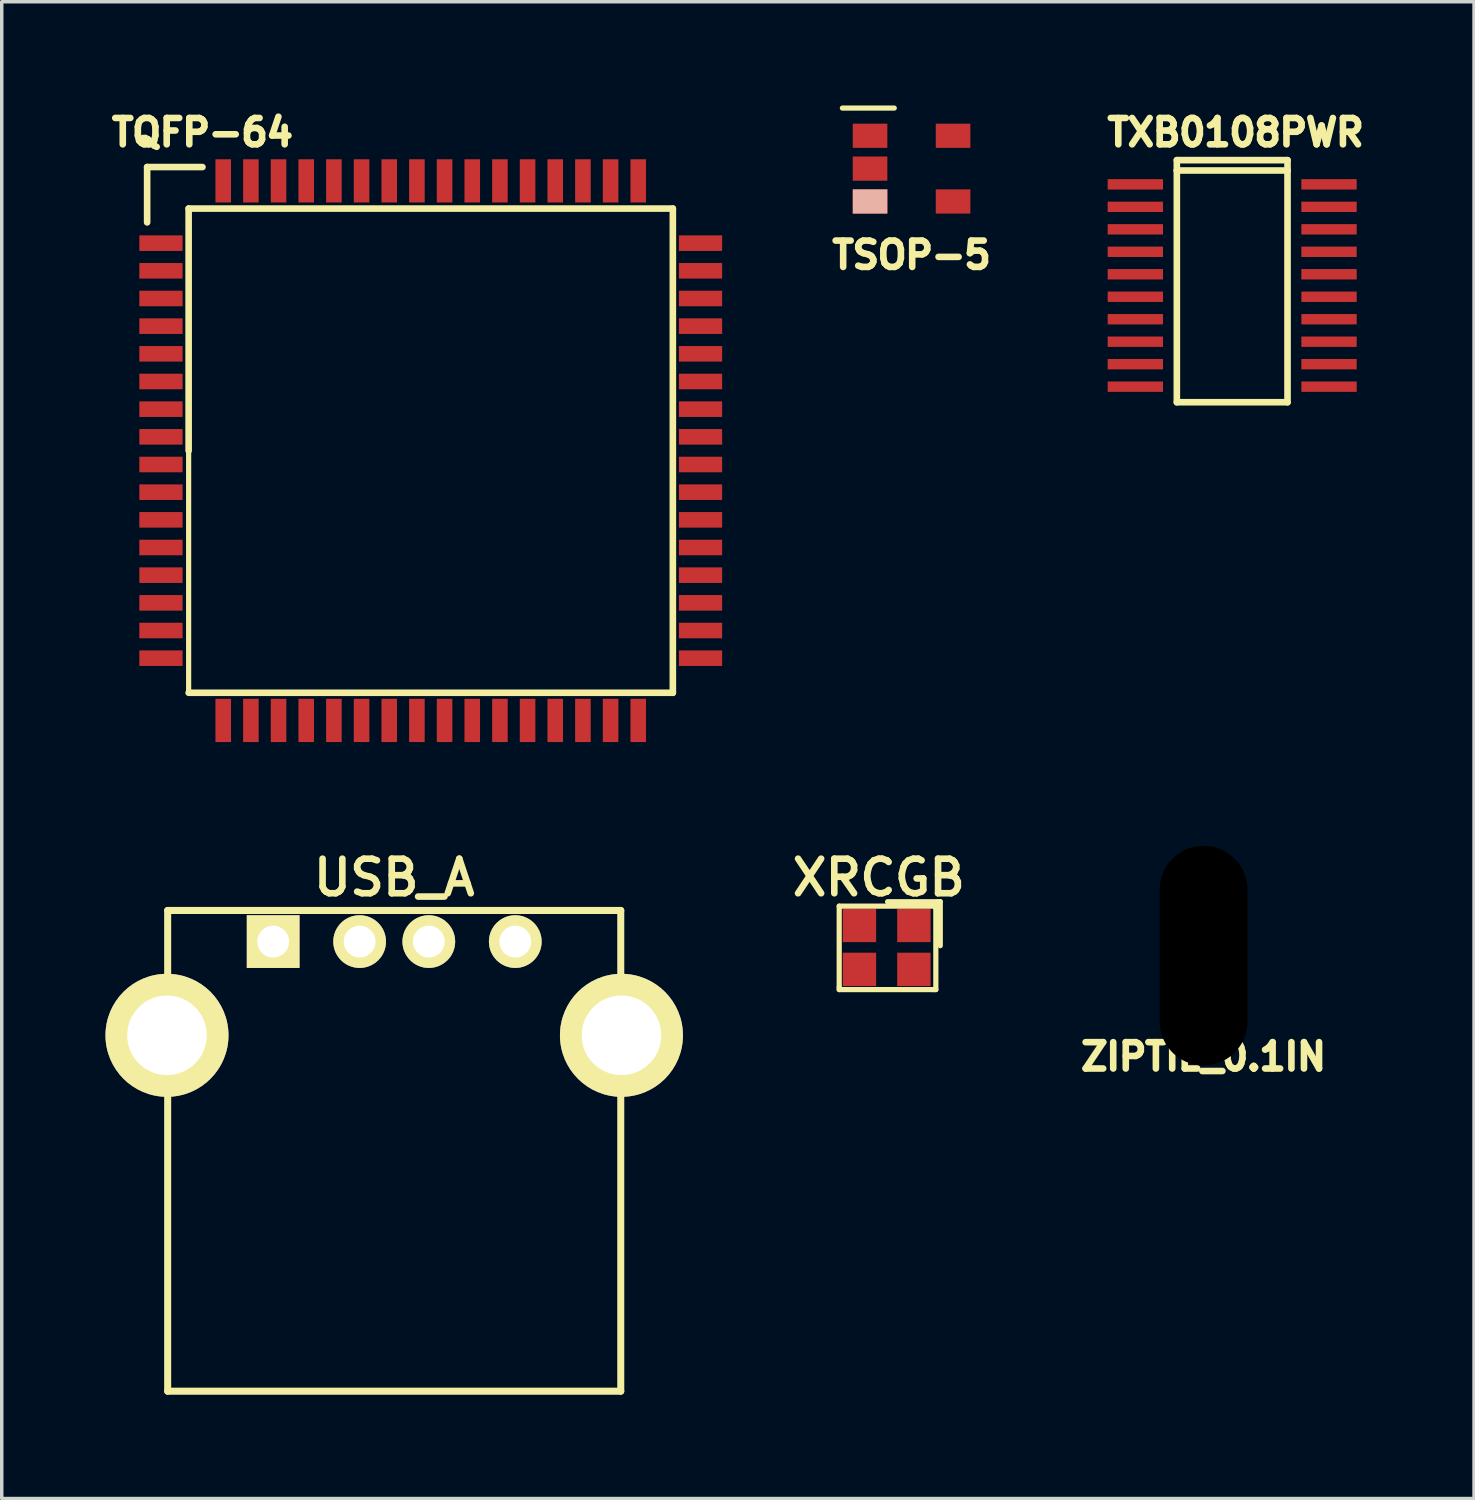
<source format=kicad_pcb>
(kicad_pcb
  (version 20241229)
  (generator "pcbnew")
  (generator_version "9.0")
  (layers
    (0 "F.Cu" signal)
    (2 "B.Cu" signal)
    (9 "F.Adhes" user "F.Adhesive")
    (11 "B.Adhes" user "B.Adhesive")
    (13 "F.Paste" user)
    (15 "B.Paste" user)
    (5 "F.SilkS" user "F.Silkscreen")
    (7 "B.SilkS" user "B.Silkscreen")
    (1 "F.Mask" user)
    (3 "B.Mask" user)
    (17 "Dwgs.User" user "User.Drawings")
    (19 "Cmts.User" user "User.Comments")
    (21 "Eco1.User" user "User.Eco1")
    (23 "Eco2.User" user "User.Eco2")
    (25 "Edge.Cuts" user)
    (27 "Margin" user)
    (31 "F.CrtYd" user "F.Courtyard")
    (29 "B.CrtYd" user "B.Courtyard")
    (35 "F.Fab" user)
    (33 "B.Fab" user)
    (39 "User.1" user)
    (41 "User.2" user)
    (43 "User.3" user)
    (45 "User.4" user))
  (footprint "ZIPTIE_0.1IN"
    (layer "F.Cu")
    (at 31.749 24.58)
    (property "Reference" "ZIPTIE_0.1IN" (at 0 2.921 0) (layer "F.SilkS") (effects (font (size 0.762 0.762) (thickness 0.191))))
    (attr through_hole)
    (pad "" np_thru_hole oval (at 0 0) (size 2.54 6.35) (drill oval 2.54 6.35) (layers "*.Mask")))
  (footprint "XRCGB"
    (layer "F.Cu")
    (at 21.913 23.848)
    (property "Reference" "XRCGB" (at 0.445 -1.524 0) (layer "F.SilkS") (effects (font (size 1 1) (thickness 0.191))))
    (attr through_hole)
    (fp_line (start -0.699 -0.699) (end -0.699 1.651) (stroke (width 0.15) (type solid)) (layer "F.SilkS"))
    (fp_line (start -0.699 1.651) (end -0.699 1.714) (stroke (width 0.15) (type solid)) (layer "F.SilkS"))
    (fp_line (start -0.699 1.714) (end 2.032 1.714) (stroke (width 0.15) (type solid)) (layer "F.SilkS"))
    (fp_line (start 0.699 -0.826) (end 2.159 -0.826) (stroke (width 0.15) (type solid)) (layer "F.SilkS"))
    (fp_line (start 2.032 1.714) (end 2.095 1.714) (stroke (width 0.15) (type solid)) (layer "F.SilkS"))
    (fp_line (start 2.095 -0.699) (end -0.699 -0.699) (stroke (width 0.15) (type solid)) (layer "F.SilkS"))
    (fp_line (start 2.095 -0.635) (end 2.095 -0.699) (stroke (width 0.15) (type solid)) (layer "F.SilkS"))
    (fp_line (start 2.095 1.714) (end 2.095 -0.635) (stroke (width 0.15) (type solid)) (layer "F.SilkS"))
    (fp_line (start 2.159 -0.826) (end 2.223 -0.826) (stroke (width 0.15) (type solid)) (layer "F.SilkS"))
    (fp_line (start 2.223 -0.826) (end 2.223 0.445) (stroke (width 0.15) (type solid)) (layer "F.SilkS"))
    (pad "1" smd rect (at 1.46 -0.14) (size 0.965 0.965) (layers "F.Cu" "F.Mask" "F.Paste"))
    (pad "2" smd rect (at -0.114 -0.14) (size 0.965 0.965) (layers "F.Cu" "F.Mask" "F.Paste"))
    (pad "2" smd rect (at 1.46 1.13) (size 0.965 0.965) (layers "F.Cu" "F.Mask" "F.Paste"))
    (pad "3" smd rect (at -0.114 1.13) (size 0.965 0.965) (layers "F.Cu" "F.Mask" "F.Paste")))
  (footprint "TSOP-5"
    (layer "F.Cu")
    (at 23.306 1.825)
    (property "Reference" "TSOP-5" (at 0 2.5 0) (layer "F.SilkS") (effects (font (size 0.762 0.762) (thickness 0.191))))
    (attr through_hole)
    (fp_line (start -2 -1.75) (end -0.5 -1.75) (stroke (width 0.15) (type solid)) (layer "F.SilkS"))
    (pad "1" smd rect (at -1.2 -0.95) (size 1 0.7) (layers "F.Cu" "F.Mask" "F.Paste"))
    (pad "2" smd rect (at -1.2 0) (size 1 0.7) (layers "F.Cu" "F.Mask" "F.Paste"))
    (pad "3" smd rect (at -1.2 0.95) (size 1 0.7) (layers "F.Cu" "F.Mask" "B.SilkS" "F.Paste"))
    (pad "4" smd rect (at 1.2 0.95) (size 1 0.7) (layers "F.Cu" "F.Mask" "F.Paste"))
    (pad "5" smd rect (at 1.2 -0.95) (size 1 0.7) (layers "F.Cu" "F.Mask" "F.Paste")))
  (footprint "TXB0108PWR"
    (layer "F.Cu")
    (at 29.776 2.28)
    (property "Reference" "TXB0108PWR" (at 2.9 -1.5 0) (layer "F.SilkS") (effects (font (size 0.762 0.762) (thickness 0.191))))
    (attr through_hole)
    (fp_line (start 1.2 -0.7) (end 4.4 -0.7) (stroke (width 0.191) (type solid)) (layer "F.SilkS"))
    (fp_line (start 1.2 -0.4) (end 1.2 -0.7) (stroke (width 0.191) (type solid)) (layer "F.SilkS"))
    (fp_line (start 1.2 -0.4) (end 1.2 6.3) (stroke (width 0.191) (type solid)) (layer "F.SilkS"))
    (fp_line (start 1.2 6.3) (end 4.4 6.3) (stroke (width 0.191) (type solid)) (layer "F.SilkS"))
    (fp_line (start 4.4 -0.7) (end 4.4 -0.4) (stroke (width 0.191) (type solid)) (layer "F.SilkS"))
    (fp_line (start 4.4 -0.4) (end 1.2 -0.4) (stroke (width 0.191) (type solid)) (layer "F.SilkS"))
    (fp_line (start 4.4 6.3) (end 4.4 -0.4) (stroke (width 0.191) (type solid)) (layer "F.SilkS"))
    (pad "1" smd rect (at 0 0) (size 1.6 0.3) (layers "F.Cu" "F.Mask" "F.Paste"))
    (pad "2" smd rect (at 0 0.65) (size 1.6 0.3) (layers "F.Cu" "F.Mask" "F.Paste"))
    (pad "3" smd rect (at 0 1.3) (size 1.6 0.3) (layers "F.Cu" "F.Mask" "F.Paste"))
    (pad "4" smd rect (at 0 1.95) (size 1.6 0.3) (layers "F.Cu" "F.Mask" "F.Paste"))
    (pad "5" smd rect (at 0 2.6) (size 1.6 0.3) (layers "F.Cu" "F.Mask" "F.Paste"))
    (pad "6" smd rect (at 0 3.25) (size 1.6 0.3) (layers "F.Cu" "F.Mask" "F.Paste"))
    (pad "7" smd rect (at 0 3.9) (size 1.6 0.3) (layers "F.Cu" "F.Mask" "F.Paste"))
    (pad "8" smd rect (at 0 4.55) (size 1.6 0.3) (layers "F.Cu" "F.Mask" "F.Paste"))
    (pad "9" smd rect (at 0 5.2) (size 1.6 0.3) (layers "F.Cu" "F.Mask" "F.Paste"))
    (pad "10" smd rect (at 0 5.85) (size 1.6 0.3) (layers "F.Cu" "F.Mask" "F.Paste"))
    (pad "11" smd rect (at 5.6 5.85) (size 1.6 0.3) (layers "F.Cu" "F.Mask" "F.Paste"))
    (pad "12" smd rect (at 5.6 5.2) (size 1.6 0.3) (layers "F.Cu" "F.Mask" "F.Paste"))
    (pad "13" smd rect (at 5.6 4.55) (size 1.6 0.3) (layers "F.Cu" "F.Mask" "F.Paste"))
    (pad "14" smd rect (at 5.6 3.9) (size 1.6 0.3) (layers "F.Cu" "F.Mask" "F.Paste"))
    (pad "15" smd rect (at 5.6 3.25) (size 1.6 0.3) (layers "F.Cu" "F.Mask" "F.Paste"))
    (pad "16" smd rect (at 5.6 2.6) (size 1.6 0.3) (layers "F.Cu" "F.Mask" "F.Paste"))
    (pad "17" smd rect (at 5.6 1.95) (size 1.6 0.3) (layers "F.Cu" "F.Mask" "F.Paste"))
    (pad "18" smd rect (at 5.6 1.3) (size 1.6 0.3) (layers "F.Cu" "F.Mask" "F.Paste"))
    (pad "19" smd rect (at 5.6 0.65) (size 1.6 0.3) (layers "F.Cu" "F.Mask" "F.Paste"))
    (pad "20" smd rect (at 5.6 0) (size 1.6 0.3) (layers "F.Cu" "F.Mask" "F.Paste")))
  (footprint "TQFP-64"
    (layer "F.Cu")
    (at 9.404 9.98)
    (property "Reference" "TQFP-64" (at -6.6 -9.2 0) (layer "F.SilkS") (effects (font (size 0.762 0.762) (thickness 0.191))))
    (attr through_hole)
    (fp_line (start -8.2 -8.2) (end -6.6 -8.2) (stroke (width 0.191) (type solid)) (layer "F.SilkS"))
    (fp_line (start -8.2 -6.6) (end -8.2 -8.2) (stroke (width 0.191) (type solid)) (layer "F.SilkS"))
    (fp_line (start -7 -7) (end -7 0) (stroke (width 0.191) (type solid)) (layer "F.SilkS"))
    (fp_line (start -7 0) (end -7 7) (stroke (width 0.15) (type solid)) (layer "F.SilkS"))
    (fp_line (start -7 7) (end 7 7) (stroke (width 0.191) (type solid)) (layer "F.SilkS"))
    (fp_line (start 7 -7) (end -7 -7) (stroke (width 0.191) (type solid)) (layer "F.SilkS"))
    (fp_line (start 7 7) (end 7 -7) (stroke (width 0.191) (type solid)) (layer "F.SilkS"))
    (pad "1" smd rect (at -7.8 -6) (size 1.25 0.45) (layers "F.Cu" "F.Mask" "F.Paste"))
    (pad "2" smd rect (at -7.8 -5.2) (size 1.25 0.45) (layers "F.Cu" "F.Mask" "F.Paste"))
    (pad "3" smd rect (at -7.8 -4.4) (size 1.25 0.45) (layers "F.Cu" "F.Mask" "F.Paste"))
    (pad "4" smd rect (at -7.8 -3.6) (size 1.25 0.45) (layers "F.Cu" "F.Mask" "F.Paste"))
    (pad "5" smd rect (at -7.8 -2.8) (size 1.25 0.45) (layers "F.Cu" "F.Mask" "F.Paste"))
    (pad "6" smd rect (at -7.8 -2) (size 1.25 0.45) (layers "F.Cu" "F.Mask" "F.Paste"))
    (pad "7" smd rect (at -7.8 -1.2) (size 1.25 0.45) (layers "F.Cu" "F.Mask" "F.Paste"))
    (pad "8" smd rect (at -7.8 -0.4) (size 1.25 0.45) (layers "F.Cu" "F.Mask" "F.Paste"))
    (pad "9" smd rect (at -7.8 0.4) (size 1.25 0.45) (layers "F.Cu" "F.Mask" "F.Paste"))
    (pad "10" smd rect (at -7.8 1.2) (size 1.25 0.45) (layers "F.Cu" "F.Mask" "F.Paste"))
    (pad "11" smd rect (at -7.8 2) (size 1.25 0.45) (layers "F.Cu" "F.Mask" "F.Paste"))
    (pad "12" smd rect (at -7.8 2.8) (size 1.25 0.45) (layers "F.Cu" "F.Mask" "F.Paste"))
    (pad "13" smd rect (at -7.8 3.6) (size 1.25 0.45) (layers "F.Cu" "F.Mask" "F.Paste"))
    (pad "14" smd rect (at -7.8 4.4) (size 1.25 0.45) (layers "F.Cu" "F.Mask" "F.Paste"))
    (pad "15" smd rect (at -7.8 5.2) (size 1.25 0.45) (layers "F.Cu" "F.Mask" "F.Paste"))
    (pad "16" smd rect (at -7.8 6) (size 1.25 0.45) (layers "F.Cu" "F.Mask" "F.Paste"))
    (pad "17" smd rect (at -6 7.8) (size 0.45 1.25) (layers "F.Cu" "F.Mask" "F.Paste"))
    (pad "18" smd rect (at -5.2 7.8) (size 0.45 1.25) (layers "F.Cu" "F.Mask" "F.Paste"))
    (pad "19" smd rect (at -4.4 7.8) (size 0.45 1.25) (layers "F.Cu" "F.Mask" "F.Paste"))
    (pad "20" smd rect (at -3.6 7.8) (size 0.45 1.25) (layers "F.Cu" "F.Mask" "F.Paste"))
    (pad "21" smd rect (at -2.8 7.8) (size 0.45 1.25) (layers "F.Cu" "F.Mask" "F.Paste"))
    (pad "22" smd rect (at -2 7.8) (size 0.45 1.25) (layers "F.Cu" "F.Mask" "F.Paste"))
    (pad "23" smd rect (at -1.2 7.8) (size 0.45 1.25) (layers "F.Cu" "F.Mask" "F.Paste"))
    (pad "24" smd rect (at -0.4 7.8) (size 0.45 1.25) (layers "F.Cu" "F.Mask" "F.Paste"))
    (pad "25" smd rect (at 0.4 7.8) (size 0.45 1.25) (layers "F.Cu" "F.Mask" "F.Paste"))
    (pad "26" smd rect (at 1.2 7.8) (size 0.45 1.25) (layers "F.Cu" "F.Mask" "F.Paste"))
    (pad "27" smd rect (at 2 7.8) (size 0.45 1.25) (layers "F.Cu" "F.Mask" "F.Paste"))
    (pad "28" smd rect (at 2.8 7.8) (size 0.45 1.25) (layers "F.Cu" "F.Mask" "F.Paste"))
    (pad "29" smd rect (at 3.6 7.8) (size 0.45 1.25) (layers "F.Cu" "F.Mask" "F.Paste"))
    (pad "30" smd rect (at 4.4 7.8) (size 0.45 1.25) (layers "F.Cu" "F.Mask" "F.Paste"))
    (pad "31" smd rect (at 5.2 7.8) (size 0.45 1.25) (layers "F.Cu" "F.Mask" "F.Paste"))
    (pad "32" smd rect (at 6 7.8) (size 0.45 1.25) (layers "F.Cu" "F.Mask" "F.Paste"))
    (pad "33" smd rect (at 7.8 6) (size 1.25 0.45) (layers "F.Cu" "F.Mask" "F.Paste"))
    (pad "34" smd rect (at 7.8 5.2) (size 1.25 0.45) (layers "F.Cu" "F.Mask" "F.Paste"))
    (pad "35" smd rect (at 7.8 4.4) (size 1.25 0.45) (layers "F.Cu" "F.Mask" "F.Paste"))
    (pad "36" smd rect (at 7.8 3.6) (size 1.25 0.45) (layers "F.Cu" "F.Mask" "F.Paste"))
    (pad "37" smd rect (at 7.8 2.8) (size 1.25 0.45) (layers "F.Cu" "F.Mask" "F.Paste"))
    (pad "38" smd rect (at 7.8 2) (size 1.25 0.45) (layers "F.Cu" "F.Mask" "F.Paste"))
    (pad "39" smd rect (at 7.8 1.2) (size 1.25 0.45) (layers "F.Cu" "F.Mask" "F.Paste"))
    (pad "40" smd rect (at 7.8 0.4) (size 1.25 0.45) (layers "F.Cu" "F.Mask" "F.Paste"))
    (pad "41" smd rect (at 7.8 -0.4) (size 1.25 0.45) (layers "F.Cu" "F.Mask" "F.Paste"))
    (pad "42" smd rect (at 7.8 -1.2) (size 1.25 0.45) (layers "F.Cu" "F.Mask" "F.Paste"))
    (pad "43" smd rect (at 7.8 -2) (size 1.25 0.45) (layers "F.Cu" "F.Mask" "F.Paste"))
    (pad "44" smd rect (at 7.8 -2.8) (size 1.25 0.45) (layers "F.Cu" "F.Mask" "F.Paste"))
    (pad "45" smd rect (at 7.8 -3.6) (size 1.25 0.45) (layers "F.Cu" "F.Mask" "F.Paste"))
    (pad "46" smd rect (at 7.8 -4.4) (size 1.25 0.45) (layers "F.Cu" "F.Mask" "F.Paste"))
    (pad "47" smd rect (at 7.8 -5.2) (size 1.25 0.45) (layers "F.Cu" "F.Mask" "F.Paste"))
    (pad "48" smd rect (at 7.8 -6) (size 1.25 0.45) (layers "F.Cu" "F.Mask" "F.Paste"))
    (pad "49" smd rect (at 6 -7.8) (size 0.45 1.25) (layers "F.Cu" "F.Mask" "F.Paste"))
    (pad "50" smd rect (at 5.2 -7.8) (size 0.45 1.25) (layers "F.Cu" "F.Mask" "F.Paste"))
    (pad "51" smd rect (at 4.4 -7.8) (size 0.45 1.25) (layers "F.Cu" "F.Mask" "F.Paste"))
    (pad "52" smd rect (at 3.6 -7.8) (size 0.45 1.25) (layers "F.Cu" "F.Mask" "F.Paste"))
    (pad "53" smd rect (at 2.8 -7.8) (size 0.45 1.25) (layers "F.Cu" "F.Mask" "F.Paste"))
    (pad "54" smd rect (at 2 -7.8) (size 0.45 1.25) (layers "F.Cu" "F.Mask" "F.Paste"))
    (pad "55" smd rect (at 1.2 -7.8) (size 0.45 1.25) (layers "F.Cu" "F.Mask" "F.Paste"))
    (pad "56" smd rect (at 0.4 -7.8) (size 0.45 1.25) (layers "F.Cu" "F.Mask" "F.Paste"))
    (pad "57" smd rect (at -0.4 -7.8) (size 0.45 1.25) (layers "F.Cu" "F.Mask" "F.Paste"))
    (pad "58" smd rect (at -1.2 -7.8) (size 0.45 1.25) (layers "F.Cu" "F.Mask" "F.Paste"))
    (pad "59" smd rect (at -2 -7.8) (size 0.45 1.25) (layers "F.Cu" "F.Mask" "F.Paste"))
    (pad "60" smd rect (at -2.8 -7.8) (size 0.45 1.25) (layers "F.Cu" "F.Mask" "F.Paste"))
    (pad "61" smd rect (at -3.6 -7.8) (size 0.45 1.25) (layers "F.Cu" "F.Mask" "F.Paste"))
    (pad "62" smd rect (at -4.4 -7.8) (size 0.45 1.25) (layers "F.Cu" "F.Mask" "F.Paste"))
    (pad "63" smd rect (at -5.2 -7.8) (size 0.45 1.25) (layers "F.Cu" "F.Mask" "F.Paste"))
    (pad "64" smd rect (at -6 -7.8) (size 0.45 1.25) (layers "F.Cu" "F.Mask" "F.Paste")))
  (footprint "USB_A"
    (layer "F.Cu")
    (at 8.348 24.174)
    (property "Reference" "USB_A" (at 0 -1.85 0) (layer "F.SilkS") (effects (font (size 1 1) (thickness 0.191))))
    (attr through_hole)
    (fp_line (start -6.55 -0.9) (end -6.55 13) (stroke (width 0.203) (type solid)) (layer "F.SilkS"))
    (fp_line (start -6.55 13) (end 6.55 13) (stroke (width 0.203) (type solid)) (layer "F.SilkS"))
    (fp_line (start 6.55 -0.9) (end -6.55 -0.9) (stroke (width 0.203) (type solid)) (layer "F.SilkS"))
    (fp_line (start 6.55 13) (end 6.55 -0.9) (stroke (width 0.203) (type solid)) (layer "F.SilkS"))
    (pad "1" thru_hole rect (at -3.5 0) (size 1.524 1.524) (drill 0.92) (layers "*.Cu" "*.Mask" "F.SilkS"))
    (pad "2" thru_hole circle (at -1 0) (size 1.524 1.524) (drill 0.92) (layers "*.Cu" "*.Mask" "F.SilkS"))
    (pad "3" thru_hole circle (at 1 0) (size 1.524 1.524) (drill 0.92) (layers "*.Cu" "*.Mask" "F.SilkS"))
    (pad "4" thru_hole circle (at 3.5 0) (size 1.524 1.524) (drill 0.92) (layers "*.Cu" "*.Mask" "F.SilkS"))
    (pad "SH1" thru_hole circle (at -6.57 2.71) (size 3.556 3.556) (drill 2.3) (layers "*.Cu" "*.Mask" "F.SilkS"))
    (pad "SH2" thru_hole circle (at 6.57 2.71) (size 3.556 3.556) (drill 2.3) (layers "*.Cu" "*.Mask" "F.SilkS")))
  (gr_rect
    (start -3 -3)
    (end 39.569 40.276)
    (stroke (width 0.1) (type default))
    (fill no)
    (layer "Edge.Cuts")))
</source>
